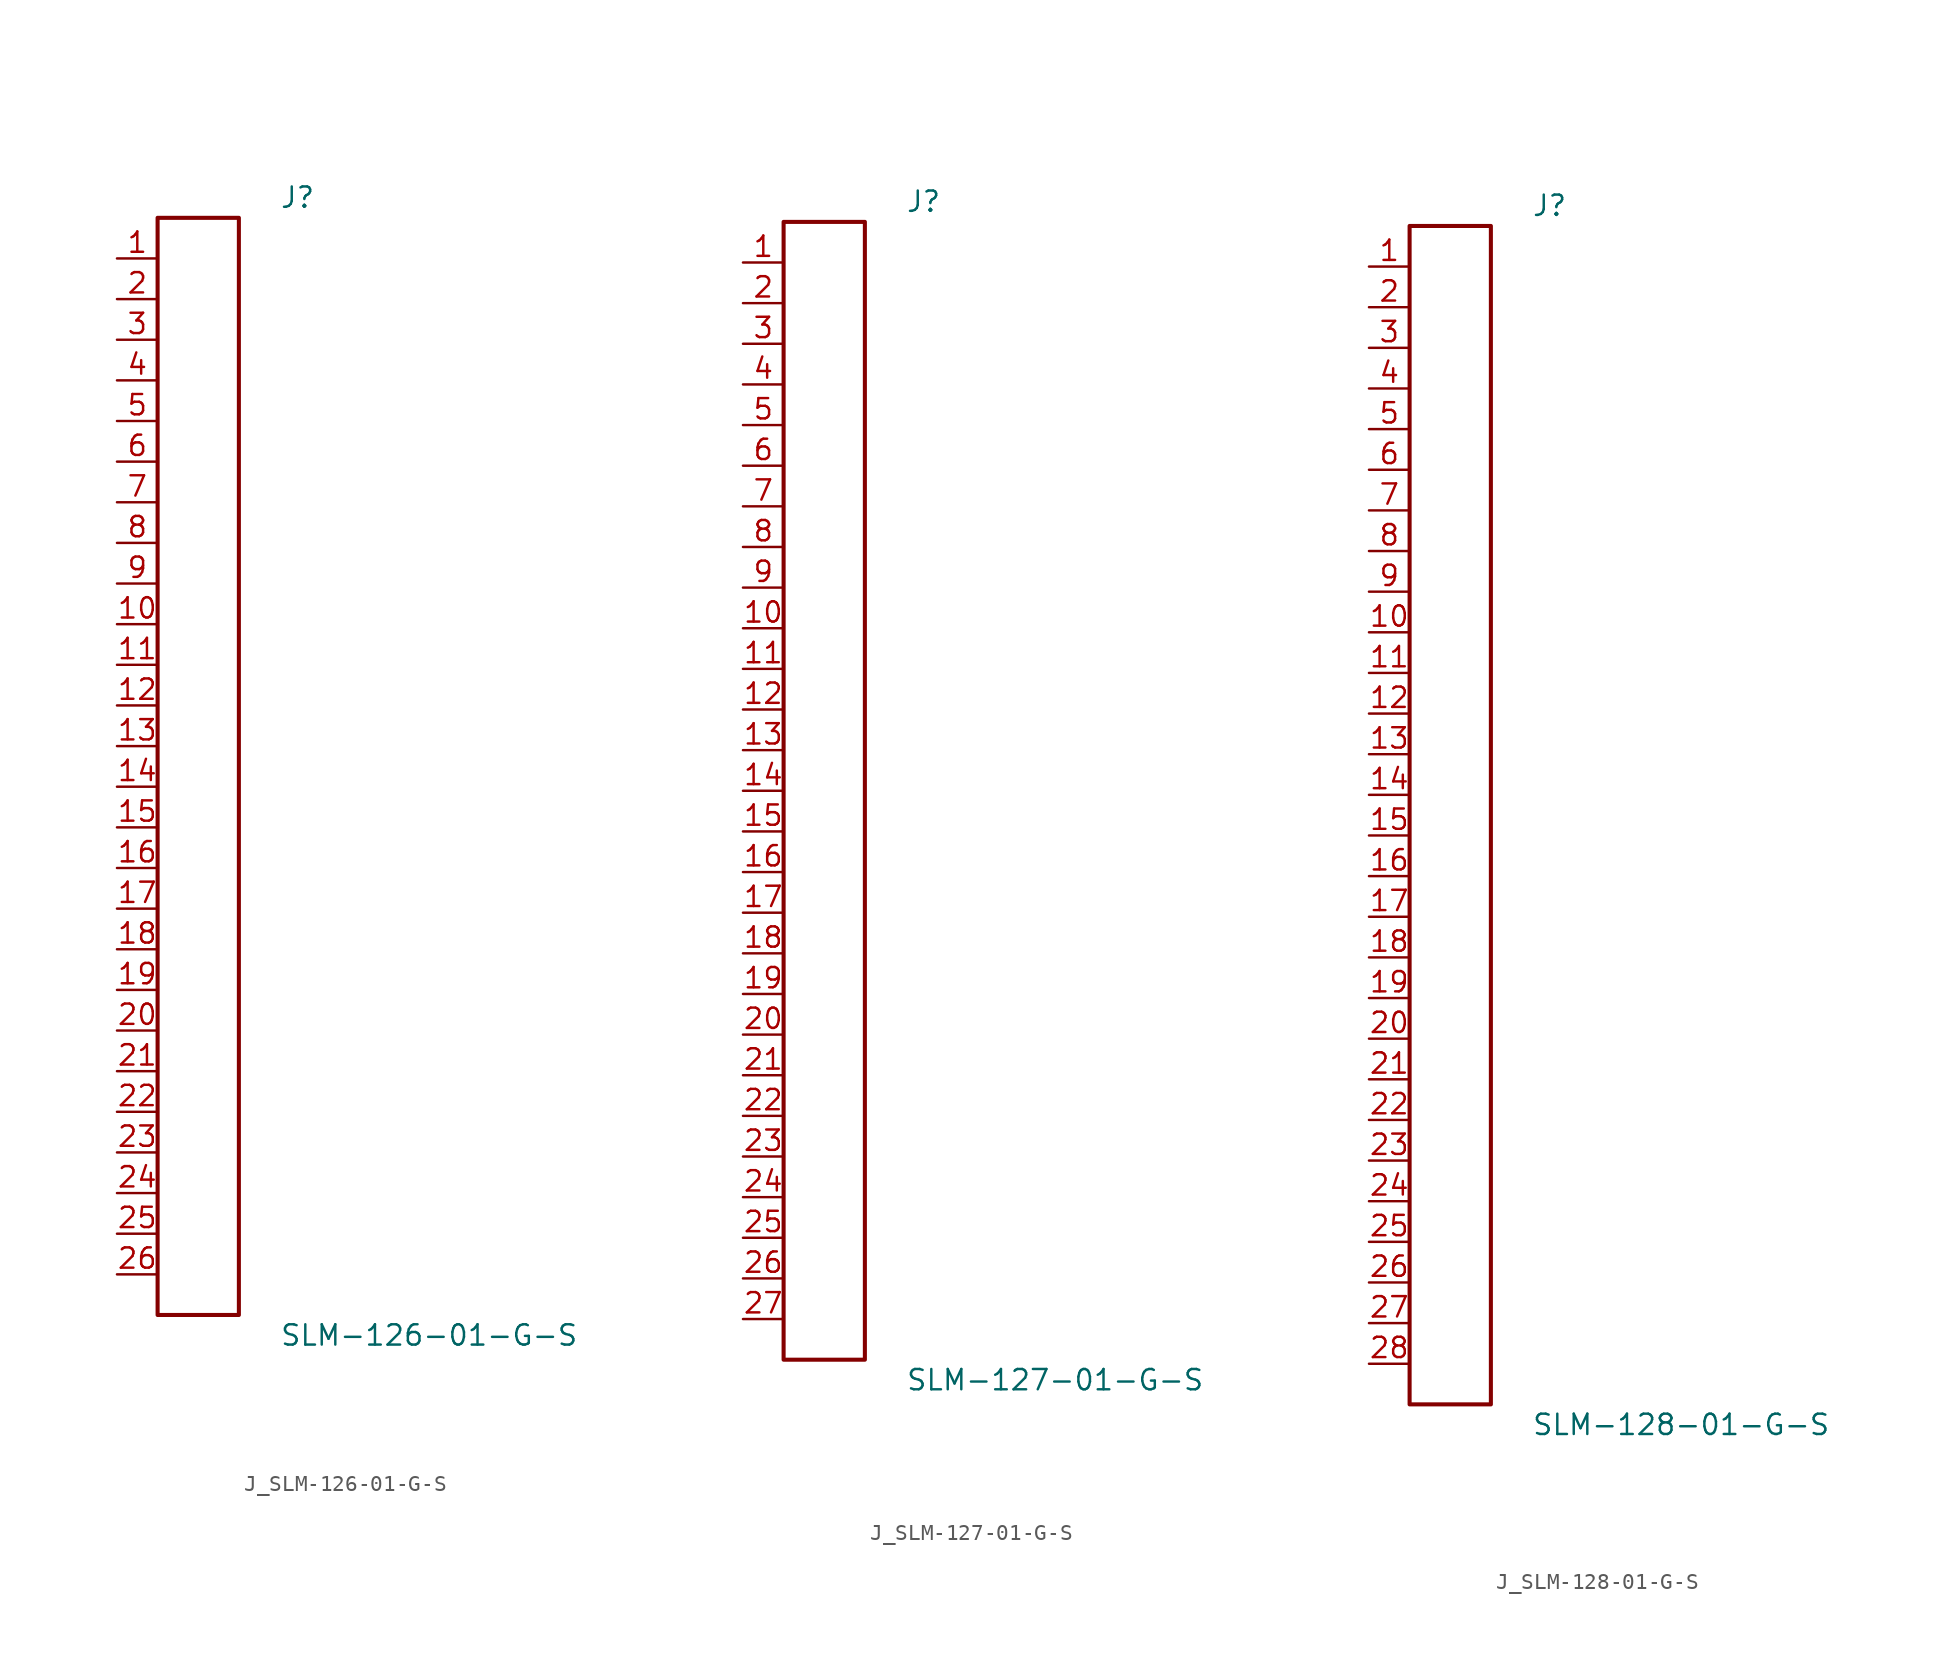
<source format=kicad_sym>
(kicad_symbol_lib
  (version 20231120)
  (generator kicad_symbol_editor)
  (generator_version 8.0)
  (symbol "J_SLM-126-01-G-S"
    (pin_names
      (offset 0.254))
    (property "Reference" "J"
      (at 5.08 35.56 0)
      (effects (font (size 1.27 1.27)) (justify left)))
    (property "Value" "SLM-126-01-G-S"
      (at 5.08 -35.56 0)
      (effects (font (size 1.27 1.27)) (justify left)))
    (symbol "J_SLM-126-01-G-S_0_0"
      (pin passive line (at -5.08 31.75 0) (length 2.54) (name "" (effects (font (size 1.27 1.27)))) (number "1" (effects (font (size 1.27 1.27)))))
      (pin passive line (at -5.08 29.21 0) (length 2.54) (name "" (effects (font (size 1.27 1.27)))) (number "2" (effects (font (size 1.27 1.27)))))
      (pin passive line (at -5.08 26.67 0) (length 2.54) (name "" (effects (font (size 1.27 1.27)))) (number "3" (effects (font (size 1.27 1.27)))))
      (pin passive line (at -5.08 24.13 0) (length 2.54) (name "" (effects (font (size 1.27 1.27)))) (number "4" (effects (font (size 1.27 1.27)))))
      (pin passive line (at -5.08 21.59 0) (length 2.54) (name "" (effects (font (size 1.27 1.27)))) (number "5" (effects (font (size 1.27 1.27)))))
      (pin passive line (at -5.08 19.05 0) (length 2.54) (name "" (effects (font (size 1.27 1.27)))) (number "6" (effects (font (size 1.27 1.27)))))
      (pin passive line (at -5.08 16.51 0) (length 2.54) (name "" (effects (font (size 1.27 1.27)))) (number "7" (effects (font (size 1.27 1.27)))))
      (pin passive line (at -5.08 13.97 0) (length 2.54) (name "" (effects (font (size 1.27 1.27)))) (number "8" (effects (font (size 1.27 1.27)))))
      (pin passive line (at -5.08 11.43 0) (length 2.54) (name "" (effects (font (size 1.27 1.27)))) (number "9" (effects (font (size 1.27 1.27)))))
      (pin passive line (at -5.08 8.89 0) (length 2.54) (name "" (effects (font (size 1.27 1.27)))) (number "10" (effects (font (size 1.27 1.27)))))
      (pin passive line (at -5.08 6.35 0) (length 2.54) (name "" (effects (font (size 1.27 1.27)))) (number "11" (effects (font (size 1.27 1.27)))))
      (pin passive line (at -5.08 3.81 0) (length 2.54) (name "" (effects (font (size 1.27 1.27)))) (number "12" (effects (font (size 1.27 1.27)))))
      (pin passive line (at -5.08 1.27 0) (length 2.54) (name "" (effects (font (size 1.27 1.27)))) (number "13" (effects (font (size 1.27 1.27)))))
      (pin passive line (at -5.08 -1.27 0) (length 2.54) (name "" (effects (font (size 1.27 1.27)))) (number "14" (effects (font (size 1.27 1.27)))))
      (pin passive line (at -5.08 -3.81 0) (length 2.54) (name "" (effects (font (size 1.27 1.27)))) (number "15" (effects (font (size 1.27 1.27)))))
      (pin passive line (at -5.08 -6.35 0) (length 2.54) (name "" (effects (font (size 1.27 1.27)))) (number "16" (effects (font (size 1.27 1.27)))))
      (pin passive line (at -5.08 -8.89 0) (length 2.54) (name "" (effects (font (size 1.27 1.27)))) (number "17" (effects (font (size 1.27 1.27)))))
      (pin passive line (at -5.08 -11.43 0) (length 2.54) (name "" (effects (font (size 1.27 1.27)))) (number "18" (effects (font (size 1.27 1.27)))))
      (pin passive line (at -5.08 -13.97 0) (length 2.54) (name "" (effects (font (size 1.27 1.27)))) (number "19" (effects (font (size 1.27 1.27)))))
      (pin passive line (at -5.08 -16.51 0) (length 2.54) (name "" (effects (font (size 1.27 1.27)))) (number "20" (effects (font (size 1.27 1.27)))))
      (pin passive line (at -5.08 -19.05 0) (length 2.54) (name "" (effects (font (size 1.27 1.27)))) (number "21" (effects (font (size 1.27 1.27)))))
      (pin passive line (at -5.08 -21.59 0) (length 2.54) (name "" (effects (font (size 1.27 1.27)))) (number "22" (effects (font (size 1.27 1.27)))))
      (pin passive line (at -5.08 -24.13 0) (length 2.54) (name "" (effects (font (size 1.27 1.27)))) (number "23" (effects (font (size 1.27 1.27)))))
      (pin passive line (at -5.08 -26.67 0) (length 2.54) (name "" (effects (font (size 1.27 1.27)))) (number "24" (effects (font (size 1.27 1.27)))))
      (pin passive line (at -5.08 -29.21 0) (length 2.54) (name "" (effects (font (size 1.27 1.27)))) (number "25" (effects (font (size 1.27 1.27)))))
      (pin passive line (at -5.08 -31.75 0) (length 2.54) (name "" (effects (font (size 1.27 1.27)))) (number "26" (effects (font (size 1.27 1.27))))))
    (symbol "J_SLM-126-01-G-S_1_0"
      (rectangle (start -2.54 34.29) (end 2.54 -34.29) (stroke (width 0.254) (type solid)) (fill (type none)))))
  (symbol "J_SLM-127-01-G-S"
    (pin_names
      (offset 0.254))
    (property "Reference" "J"
      (at 5.08 36.83 0)
      (effects (font (size 1.27 1.27)) (justify left)))
    (property "Value" "SLM-127-01-G-S"
      (at 5.08 -36.83 0)
      (effects (font (size 1.27 1.27)) (justify left)))
    (symbol "J_SLM-127-01-G-S_0_0"
      (pin passive line (at -5.08 33.02 0) (length 2.54) (name "" (effects (font (size 1.27 1.27)))) (number "1" (effects (font (size 1.27 1.27)))))
      (pin passive line (at -5.08 30.48 0) (length 2.54) (name "" (effects (font (size 1.27 1.27)))) (number "2" (effects (font (size 1.27 1.27)))))
      (pin passive line (at -5.08 27.94 0) (length 2.54) (name "" (effects (font (size 1.27 1.27)))) (number "3" (effects (font (size 1.27 1.27)))))
      (pin passive line (at -5.08 25.4 0) (length 2.54) (name "" (effects (font (size 1.27 1.27)))) (number "4" (effects (font (size 1.27 1.27)))))
      (pin passive line (at -5.08 22.86 0) (length 2.54) (name "" (effects (font (size 1.27 1.27)))) (number "5" (effects (font (size 1.27 1.27)))))
      (pin passive line (at -5.08 20.32 0) (length 2.54) (name "" (effects (font (size 1.27 1.27)))) (number "6" (effects (font (size 1.27 1.27)))))
      (pin passive line (at -5.08 17.78 0) (length 2.54) (name "" (effects (font (size 1.27 1.27)))) (number "7" (effects (font (size 1.27 1.27)))))
      (pin passive line (at -5.08 15.24 0) (length 2.54) (name "" (effects (font (size 1.27 1.27)))) (number "8" (effects (font (size 1.27 1.27)))))
      (pin passive line (at -5.08 12.7 0) (length 2.54) (name "" (effects (font (size 1.27 1.27)))) (number "9" (effects (font (size 1.27 1.27)))))
      (pin passive line (at -5.08 10.16 0) (length 2.54) (name "" (effects (font (size 1.27 1.27)))) (number "10" (effects (font (size 1.27 1.27)))))
      (pin passive line (at -5.08 7.62 0) (length 2.54) (name "" (effects (font (size 1.27 1.27)))) (number "11" (effects (font (size 1.27 1.27)))))
      (pin passive line (at -5.08 5.08 0) (length 2.54) (name "" (effects (font (size 1.27 1.27)))) (number "12" (effects (font (size 1.27 1.27)))))
      (pin passive line (at -5.08 2.54 0) (length 2.54) (name "" (effects (font (size 1.27 1.27)))) (number "13" (effects (font (size 1.27 1.27)))))
      (pin passive line (at -5.08 0.0 0) (length 2.54) (name "" (effects (font (size 1.27 1.27)))) (number "14" (effects (font (size 1.27 1.27)))))
      (pin passive line (at -5.08 -2.54 0) (length 2.54) (name "" (effects (font (size 1.27 1.27)))) (number "15" (effects (font (size 1.27 1.27)))))
      (pin passive line (at -5.08 -5.08 0) (length 2.54) (name "" (effects (font (size 1.27 1.27)))) (number "16" (effects (font (size 1.27 1.27)))))
      (pin passive line (at -5.08 -7.62 0) (length 2.54) (name "" (effects (font (size 1.27 1.27)))) (number "17" (effects (font (size 1.27 1.27)))))
      (pin passive line (at -5.08 -10.16 0) (length 2.54) (name "" (effects (font (size 1.27 1.27)))) (number "18" (effects (font (size 1.27 1.27)))))
      (pin passive line (at -5.08 -12.7 0) (length 2.54) (name "" (effects (font (size 1.27 1.27)))) (number "19" (effects (font (size 1.27 1.27)))))
      (pin passive line (at -5.08 -15.24 0) (length 2.54) (name "" (effects (font (size 1.27 1.27)))) (number "20" (effects (font (size 1.27 1.27)))))
      (pin passive line (at -5.08 -17.78 0) (length 2.54) (name "" (effects (font (size 1.27 1.27)))) (number "21" (effects (font (size 1.27 1.27)))))
      (pin passive line (at -5.08 -20.32 0) (length 2.54) (name "" (effects (font (size 1.27 1.27)))) (number "22" (effects (font (size 1.27 1.27)))))
      (pin passive line (at -5.08 -22.86 0) (length 2.54) (name "" (effects (font (size 1.27 1.27)))) (number "23" (effects (font (size 1.27 1.27)))))
      (pin passive line (at -5.08 -25.4 0) (length 2.54) (name "" (effects (font (size 1.27 1.27)))) (number "24" (effects (font (size 1.27 1.27)))))
      (pin passive line (at -5.08 -27.94 0) (length 2.54) (name "" (effects (font (size 1.27 1.27)))) (number "25" (effects (font (size 1.27 1.27)))))
      (pin passive line (at -5.08 -30.48 0) (length 2.54) (name "" (effects (font (size 1.27 1.27)))) (number "26" (effects (font (size 1.27 1.27)))))
      (pin passive line (at -5.08 -33.02 0) (length 2.54) (name "" (effects (font (size 1.27 1.27)))) (number "27" (effects (font (size 1.27 1.27))))))
    (symbol "J_SLM-127-01-G-S_1_0"
      (rectangle (start -2.54 35.56) (end 2.54 -35.56) (stroke (width 0.254) (type solid)) (fill (type none)))))
  (symbol "J_SLM-128-01-G-S"
    (pin_names
      (offset 0.254))
    (property "Reference" "J"
      (at 5.08 38.1 0)
      (effects (font (size 1.27 1.27)) (justify left)))
    (property "Value" "SLM-128-01-G-S"
      (at 5.08 -38.1 0)
      (effects (font (size 1.27 1.27)) (justify left)))
    (symbol "J_SLM-128-01-G-S_0_0"
      (pin passive line (at -5.08 34.29 0) (length 2.54) (name "" (effects (font (size 1.27 1.27)))) (number "1" (effects (font (size 1.27 1.27)))))
      (pin passive line (at -5.08 31.75 0) (length 2.54) (name "" (effects (font (size 1.27 1.27)))) (number "2" (effects (font (size 1.27 1.27)))))
      (pin passive line (at -5.08 29.21 0) (length 2.54) (name "" (effects (font (size 1.27 1.27)))) (number "3" (effects (font (size 1.27 1.27)))))
      (pin passive line (at -5.08 26.67 0) (length 2.54) (name "" (effects (font (size 1.27 1.27)))) (number "4" (effects (font (size 1.27 1.27)))))
      (pin passive line (at -5.08 24.13 0) (length 2.54) (name "" (effects (font (size 1.27 1.27)))) (number "5" (effects (font (size 1.27 1.27)))))
      (pin passive line (at -5.08 21.59 0) (length 2.54) (name "" (effects (font (size 1.27 1.27)))) (number "6" (effects (font (size 1.27 1.27)))))
      (pin passive line (at -5.08 19.05 0) (length 2.54) (name "" (effects (font (size 1.27 1.27)))) (number "7" (effects (font (size 1.27 1.27)))))
      (pin passive line (at -5.08 16.51 0) (length 2.54) (name "" (effects (font (size 1.27 1.27)))) (number "8" (effects (font (size 1.27 1.27)))))
      (pin passive line (at -5.08 13.97 0) (length 2.54) (name "" (effects (font (size 1.27 1.27)))) (number "9" (effects (font (size 1.27 1.27)))))
      (pin passive line (at -5.08 11.43 0) (length 2.54) (name "" (effects (font (size 1.27 1.27)))) (number "10" (effects (font (size 1.27 1.27)))))
      (pin passive line (at -5.08 8.89 0) (length 2.54) (name "" (effects (font (size 1.27 1.27)))) (number "11" (effects (font (size 1.27 1.27)))))
      (pin passive line (at -5.08 6.35 0) (length 2.54) (name "" (effects (font (size 1.27 1.27)))) (number "12" (effects (font (size 1.27 1.27)))))
      (pin passive line (at -5.08 3.81 0) (length 2.54) (name "" (effects (font (size 1.27 1.27)))) (number "13" (effects (font (size 1.27 1.27)))))
      (pin passive line (at -5.08 1.27 0) (length 2.54) (name "" (effects (font (size 1.27 1.27)))) (number "14" (effects (font (size 1.27 1.27)))))
      (pin passive line (at -5.08 -1.27 0) (length 2.54) (name "" (effects (font (size 1.27 1.27)))) (number "15" (effects (font (size 1.27 1.27)))))
      (pin passive line (at -5.08 -3.81 0) (length 2.54) (name "" (effects (font (size 1.27 1.27)))) (number "16" (effects (font (size 1.27 1.27)))))
      (pin passive line (at -5.08 -6.35 0) (length 2.54) (name "" (effects (font (size 1.27 1.27)))) (number "17" (effects (font (size 1.27 1.27)))))
      (pin passive line (at -5.08 -8.89 0) (length 2.54) (name "" (effects (font (size 1.27 1.27)))) (number "18" (effects (font (size 1.27 1.27)))))
      (pin passive line (at -5.08 -11.43 0) (length 2.54) (name "" (effects (font (size 1.27 1.27)))) (number "19" (effects (font (size 1.27 1.27)))))
      (pin passive line (at -5.08 -13.97 0) (length 2.54) (name "" (effects (font (size 1.27 1.27)))) (number "20" (effects (font (size 1.27 1.27)))))
      (pin passive line (at -5.08 -16.51 0) (length 2.54) (name "" (effects (font (size 1.27 1.27)))) (number "21" (effects (font (size 1.27 1.27)))))
      (pin passive line (at -5.08 -19.05 0) (length 2.54) (name "" (effects (font (size 1.27 1.27)))) (number "22" (effects (font (size 1.27 1.27)))))
      (pin passive line (at -5.08 -21.59 0) (length 2.54) (name "" (effects (font (size 1.27 1.27)))) (number "23" (effects (font (size 1.27 1.27)))))
      (pin passive line (at -5.08 -24.13 0) (length 2.54) (name "" (effects (font (size 1.27 1.27)))) (number "24" (effects (font (size 1.27 1.27)))))
      (pin passive line (at -5.08 -26.67 0) (length 2.54) (name "" (effects (font (size 1.27 1.27)))) (number "25" (effects (font (size 1.27 1.27)))))
      (pin passive line (at -5.08 -29.21 0) (length 2.54) (name "" (effects (font (size 1.27 1.27)))) (number "26" (effects (font (size 1.27 1.27)))))
      (pin passive line (at -5.08 -31.75 0) (length 2.54) (name "" (effects (font (size 1.27 1.27)))) (number "27" (effects (font (size 1.27 1.27)))))
      (pin passive line (at -5.08 -34.29 0) (length 2.54) (name "" (effects (font (size 1.27 1.27)))) (number "28" (effects (font (size 1.27 1.27))))))
    (symbol "J_SLM-128-01-G-S_1_0"
      (rectangle (start -2.54 36.83) (end 2.54 -36.83) (stroke (width 0.254) (type solid)) (fill (type none))))))
</source>
